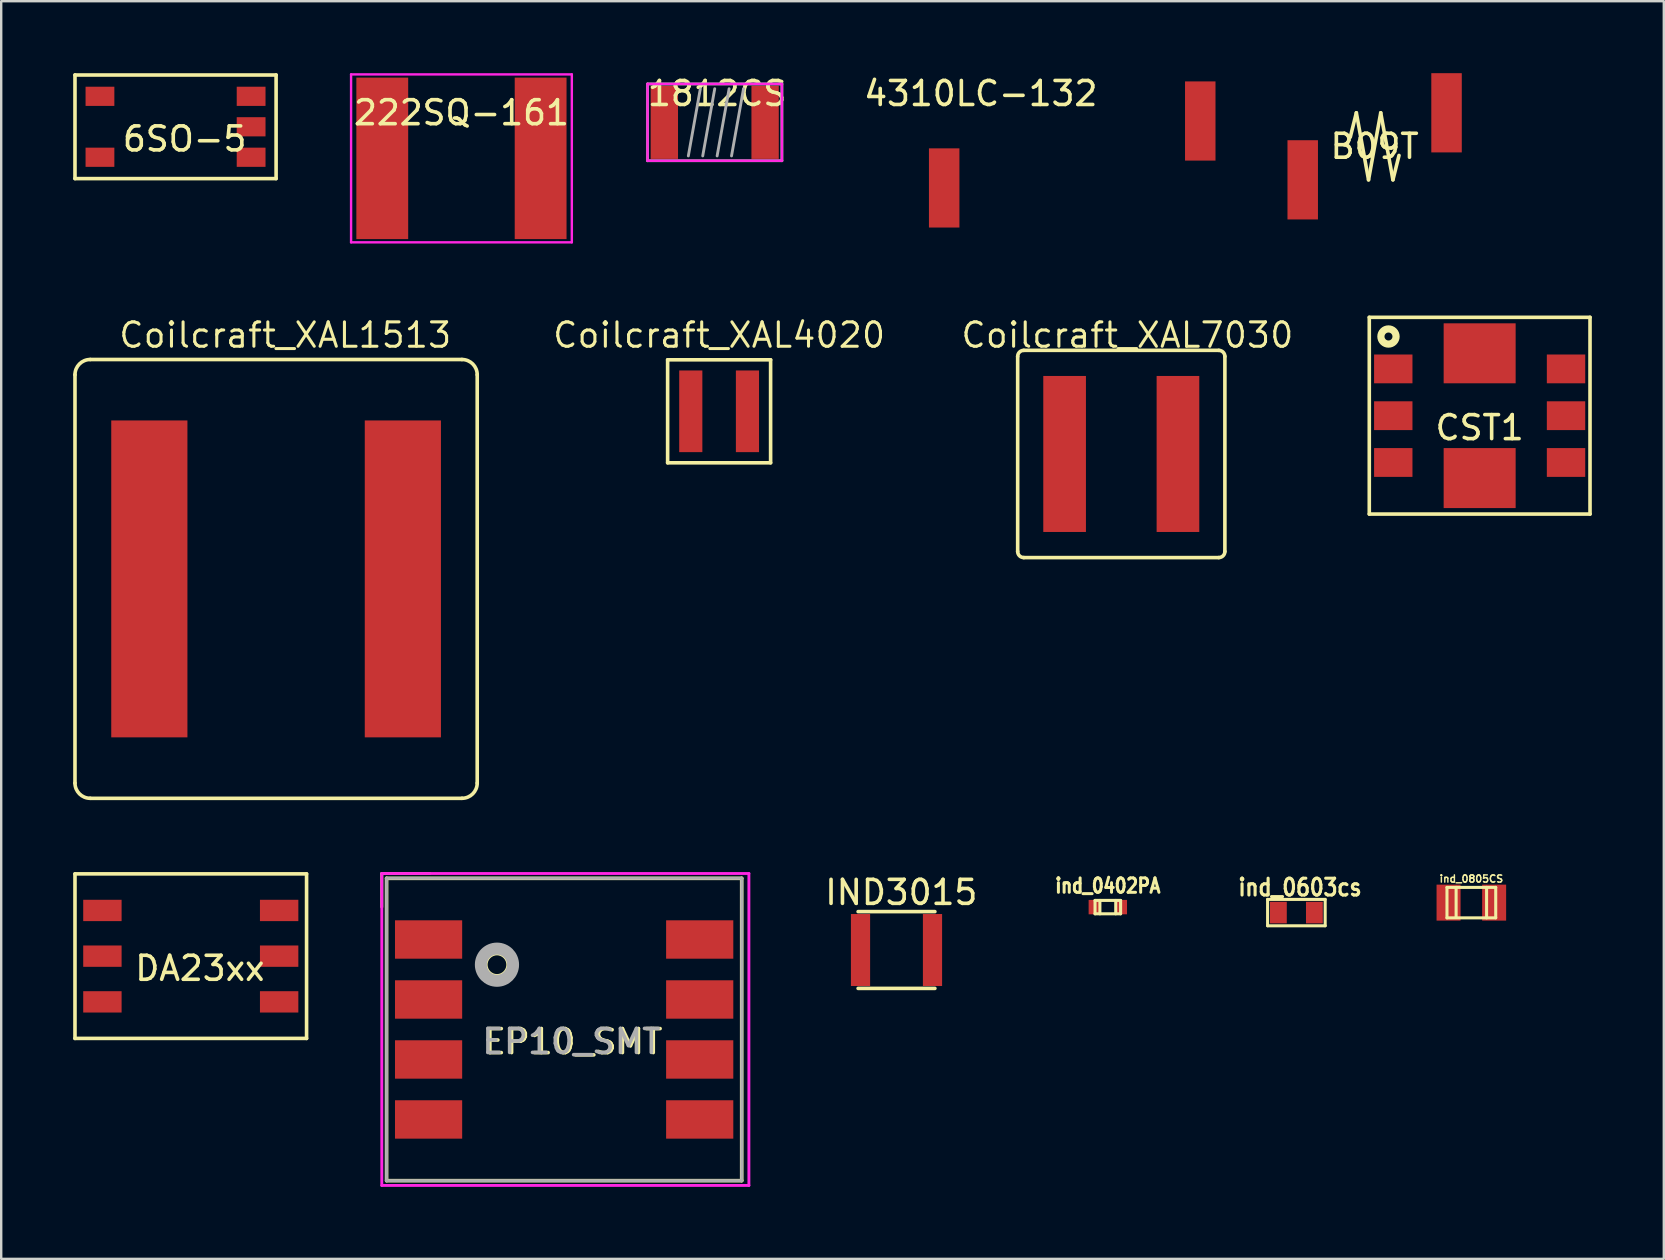
<source format=kicad_pcb>
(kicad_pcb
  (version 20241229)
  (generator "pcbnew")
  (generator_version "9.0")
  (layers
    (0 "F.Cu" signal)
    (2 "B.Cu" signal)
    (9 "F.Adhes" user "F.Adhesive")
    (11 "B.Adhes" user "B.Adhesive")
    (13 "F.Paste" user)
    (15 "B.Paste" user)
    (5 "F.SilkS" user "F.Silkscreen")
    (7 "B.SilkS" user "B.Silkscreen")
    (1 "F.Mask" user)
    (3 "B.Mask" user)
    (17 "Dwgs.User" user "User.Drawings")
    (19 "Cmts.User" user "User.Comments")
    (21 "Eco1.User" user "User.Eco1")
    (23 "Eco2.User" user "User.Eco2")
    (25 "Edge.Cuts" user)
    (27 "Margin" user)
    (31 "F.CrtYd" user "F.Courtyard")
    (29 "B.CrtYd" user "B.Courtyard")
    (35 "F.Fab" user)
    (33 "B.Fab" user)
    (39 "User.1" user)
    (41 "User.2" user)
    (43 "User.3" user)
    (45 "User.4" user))
  (footprint "CST1"
    (layer "F.Cu")
    (at 58.618 14.275)
    (property "Reference" "CST1" (at 0 0.5 0) (layer "F.SilkS") (effects (font (size 1 1) (thickness 0.15))))
    (attr through_hole)
    (fp_line (start -4.6 -4.1) (end 4.6 -4.1) (stroke (width 0.15) (type solid)) (layer "F.SilkS"))
    (fp_line (start -4.6 4.1) (end -4.6 -4.1) (stroke (width 0.15) (type solid)) (layer "F.SilkS"))
    (fp_line (start 4.6 -4.1) (end 4.6 4.1) (stroke (width 0.15) (type solid)) (layer "F.SilkS"))
    (fp_line (start 4.6 4.1) (end -4.6 4.1) (stroke (width 0.15) (type solid)) (layer "F.SilkS"))
    (fp_circle (center -3.8 -3.3) (end -3.7 -3.6) (stroke (width 0.3) (type solid)) (fill no) (layer "F.SilkS"))
    (pad "1" smd rect (at -3.6 -1.95) (size 1.6 1.2) (layers "F.Cu" "F.Mask" "F.Paste"))
    (pad "2" smd rect (at -3.6 0) (size 1.6 1.2) (layers "F.Cu" "F.Mask" "F.Paste"))
    (pad "3" smd rect (at -3.6 1.95) (size 1.6 1.2) (layers "F.Cu" "F.Mask" "F.Paste"))
    (pad "4" smd rect (at 3.6 1.95) (size 1.6 1.2) (layers "F.Cu" "F.Mask" "F.Paste"))
    (pad "5" smd rect (at 3.6 0) (size 1.6 1.2) (layers "F.Cu" "F.Mask" "F.Paste"))
    (pad "6" smd rect (at 3.6 -1.95) (size 1.6 1.2) (layers "F.Cu" "F.Mask" "F.Paste"))
    (pad "7" smd rect (at 0 -2.6) (size 3 2.5) (layers "F.Cu" "F.Mask" "F.Paste"))
    (pad "8" smd rect (at 0 2.6) (size 3 2.5) (layers "F.Cu" "F.Mask" "F.Paste")))
  (footprint "IND3015"
    (layer "F.Cu")
    (at 34.314 36.544)
    (property "Reference" "IND3015" (at 0.2 -2.4 0) (layer "F.SilkS") (effects (font (size 1 1) (thickness 0.15))))
    (attr through_hole)
    (fp_line (start -1.6 -1.6) (end 1.6 -1.6) (stroke (width 0.15) (type solid)) (layer "F.SilkS"))
    (fp_line (start 1.6 1.6) (end -1.6 1.6) (stroke (width 0.15) (type solid)) (layer "F.SilkS"))
    (pad "1" smd rect (at -1.5 0) (size 0.8 3) (layers "F.Cu" "F.Mask" "F.Paste"))
    (pad "2" smd rect (at 1.5 0) (size 0.8 3) (layers "F.Cu" "F.Mask" "F.Paste")))
  (footprint "ind_0805CS"
    (layer "F.Cu")
    (at 58.272 34.569)
    (property "Reference" "ind_0805CS" (at 0 -0.991 0) (layer "F.SilkS") (effects (font (size 0.3 0.3) (thickness 0.061))))
    (attr through_hole)
    (fp_line (start -1.016 -0.635) (end 1.016 -0.635) (stroke (width 0.127) (type solid)) (layer "F.SilkS"))
    (fp_line (start -1.016 0.635) (end -1.016 -0.635) (stroke (width 0.127) (type solid)) (layer "F.SilkS"))
    (fp_line (start -0.635 -0.635) (end -0.635 0.61) (stroke (width 0.127) (type solid)) (layer "F.SilkS"))
    (fp_line (start 0.635 -0.635) (end 0.635 0.635) (stroke (width 0.127) (type solid)) (layer "F.SilkS"))
    (fp_line (start 1.016 -0.635) (end 1.016 0.635) (stroke (width 0.127) (type solid)) (layer "F.SilkS"))
    (fp_line (start 1.016 0.635) (end -1.016 0.635) (stroke (width 0.127) (type solid)) (layer "F.SilkS"))
    (pad "1" smd rect (at 0.95 0) (size 1 1.5) (layers "F.Cu" "F.Mask" "F.Paste"))
    (pad "2" smd rect (at -0.95 0) (size 1 1.5) (layers "F.Cu" "F.Mask" "F.Paste")))
  (footprint "4310LC-132"
    (layer "F.Cu")
    (at 41.636 3.388)
    (property "Reference" "4310LC-132" (at -3.81 -2.54 0) (layer "F.SilkS") (effects (font (size 1 1) (thickness 0.15))))
    (attr through_hole)
    (pad "1" smd rect (at -5.335 1.395) (size 1.27 3.3) (layers "F.Cu" "F.Mask" "F.Paste"))
    (pad "2" smd rect (at 5.338 -1.395) (size 1.27 3.3) (layers "F.Cu" "F.Mask" "F.Paste")))
  (footprint "B09T"
    (layer "F.Cu")
    (at 54.241 3.048)
    (property "Reference" "B09T" (at 0 0 0) (layer "F.SilkS") (effects (font (size 1 1) (thickness 0.15))))
    (attr through_hole)
    (fp_line (start -0.762 -1.397) (end -1.016 -0.381) (stroke (width 0.15) (type solid)) (layer "F.SilkS"))
    (fp_line (start -0.254 1.397) (end -0.762 -1.397) (stroke (width 0.15) (type solid)) (layer "F.SilkS"))
    (fp_line (start 0.254 -1.397) (end -0.254 1.397) (stroke (width 0.15) (type solid)) (layer "F.SilkS"))
    (fp_line (start 0.762 1.397) (end 0.254 -1.397) (stroke (width 0.15) (type solid)) (layer "F.SilkS"))
    (fp_line (start 1.016 0.381) (end 0.762 1.397) (stroke (width 0.15) (type solid)) (layer "F.SilkS"))
    (pad "1" smd rect (at -2.997 1.397) (size 1.27 3.302) (layers "F.Cu" "F.Mask" "F.Paste"))
    (pad "2" smd rect (at 2.997 -1.397) (size 1.27 3.302) (layers "F.Cu" "F.Mask" "F.Paste")))
  (footprint "222SQ-161"
    (layer "F.Cu")
    (at 16.182 3.55)
    (property "Reference" "222SQ-161" (at 0 -1.9 0) (layer "F.SilkS") (effects (font (size 1 1) (thickness 0.15))))
    (attr through_hole)
    (fp_line (start -4.6 -3.5) (end 4.6 -3.5) (stroke (width 0.1) (type solid)) (layer "F.CrtYd"))
    (fp_line (start -4.6 3.5) (end -4.6 -3.5) (stroke (width 0.1) (type solid)) (layer "F.CrtYd"))
    (fp_line (start 4.6 -3.5) (end 4.6 3.5) (stroke (width 0.1) (type solid)) (layer "F.CrtYd"))
    (fp_line (start 4.6 3.5) (end -4.6 3.5) (stroke (width 0.1) (type solid)) (layer "F.CrtYd"))
    (pad "1" smd rect (at -3.3 0) (size 2.16 6.73) (layers "F.Cu" "F.Mask" "F.Paste"))
    (pad "2" smd rect (at 3.3 0) (size 2.16 6.73) (layers "F.Cu" "F.Mask" "F.Paste")))
  (footprint "EP10_SMT"
    (layer "F.Cu")
    (at 20.462 39.856)
    (property "Reference" "EP10_SMT" (at 0.381 0.508 0) (layer "F.SilkS") (effects (font (size 1 1) (thickness 0.15))))
    (attr through_hole)
    (fp_line (start -7.6 -6.5) (end -7.6 -5.1) (stroke (width 0.12) (type solid)) (layer "F.SilkS"))
    (fp_line (start -7.4 -6.3) (end 7.4 -6.3) (stroke (width 0.15) (type solid)) (layer "F.SilkS"))
    (fp_line (start -7.4 6.3) (end -7.4 -6.3) (stroke (width 0.15) (type solid)) (layer "F.SilkS"))
    (fp_line (start -5.6 -6.5) (end -7.6 -6.5) (stroke (width 0.12) (type solid)) (layer "F.SilkS"))
    (fp_line (start 7.4 -6.3) (end 7.4 6.3) (stroke (width 0.15) (type solid)) (layer "F.SilkS"))
    (fp_line (start 7.4 6.3) (end -7.4 6.3) (stroke (width 0.15) (type solid)) (layer "F.SilkS"))
    (fp_circle (center -2.8 -2.7) (end -2.16 -2.7) (stroke (width 0.5) (type solid)) (fill no) (layer "F.SilkS"))
    (fp_line (start -7.6 -6.5) (end 7.7 -6.5) (stroke (width 0.12) (type solid)) (layer "F.CrtYd"))
    (fp_line (start -7.6 6.5) (end -7.6 -6.5) (stroke (width 0.12) (type solid)) (layer "F.CrtYd"))
    (fp_line (start 7.7 -6.5) (end 7.7 6.5) (stroke (width 0.12) (type solid)) (layer "F.CrtYd"))
    (fp_line (start 7.7 6.5) (end -7.6 6.5) (stroke (width 0.12) (type solid)) (layer "F.CrtYd"))
    (fp_line (start -7.4 -6.3) (end 7.4 -6.3) (stroke (width 0.12) (type solid)) (layer "F.Fab"))
    (fp_line (start -7.4 6.3) (end -7.4 -6.3) (stroke (width 0.12) (type solid)) (layer "F.Fab"))
    (fp_line (start 7.4 -6.3) (end 7.4 6.3) (stroke (width 0.12) (type solid)) (layer "F.Fab"))
    (fp_line (start 7.4 6.3) (end -7.4 6.3) (stroke (width 0.12) (type solid)) (layer "F.Fab"))
    (fp_circle (center -2.8 -2.7) (end -2.129 -2.7) (stroke (width 0.5) (type solid)) (fill no) (layer "F.Fab"))
    (fp_text user "${REFERENCE}" (at 0.3 0.5 0) (unlocked yes) (layer "F.Fab") (effects (font (size 1 1) (thickness 0.15))))
    (pad "1" smd rect (at -5.65 -3.75) (size 2.8 1.6) (layers "F.Cu" "F.Mask" "F.Paste"))
    (pad "2" smd rect (at -5.65 -1.25) (size 2.8 1.6) (layers "F.Cu" "F.Mask" "F.Paste"))
    (pad "3" smd rect (at -5.65 1.25) (size 2.8 1.6) (layers "F.Cu" "F.Mask" "F.Paste"))
    (pad "4" smd rect (at -5.65 3.75) (size 2.8 1.6) (layers "F.Cu" "F.Mask" "F.Paste"))
    (pad "5" smd rect (at 5.65 3.75) (size 2.8 1.6) (layers "F.Cu" "F.Mask" "F.Paste"))
    (pad "6" smd rect (at 5.65 1.25) (size 2.8 1.6) (layers "F.Cu" "F.Mask" "F.Paste"))
    (pad "7" smd rect (at 5.65 -1.25) (size 2.8 1.6) (layers "F.Cu" "F.Mask" "F.Paste"))
    (pad "8" smd rect (at 5.65 -3.75) (size 2.8 1.6) (layers "F.Cu" "F.Mask" "F.Paste")))
  (footprint "1812CS"
    (layer "F.Cu")
    (at 26.738 2.048)
    (property "Reference" "1812CS" (at 0.1 -1.2 0) (layer "F.SilkS") (effects (font (size 1 1) (thickness 0.15))))
    (attr through_hole)
    (fp_line (start -2.8 -1.6) (end 2.8 -1.6) (stroke (width 0.1) (type solid)) (layer "F.CrtYd"))
    (fp_line (start -2.8 1.6) (end -2.8 -1.6) (stroke (width 0.1) (type solid)) (layer "F.CrtYd"))
    (fp_line (start 2.8 -1.6) (end 2.8 1.6) (stroke (width 0.1) (type solid)) (layer "F.CrtYd"))
    (fp_line (start 2.8 1.6) (end -2.8 1.6) (stroke (width 0.1) (type solid)) (layer "F.CrtYd"))
    (fp_line (start -2.8 -1.6) (end 2.8 -1.6) (stroke (width 0.12) (type solid)) (layer "F.Fab"))
    (fp_line (start -2.8 1.6) (end -2.8 -1.6) (stroke (width 0.12) (type solid)) (layer "F.Fab"))
    (fp_line (start -1.1 1.4) (end -0.6 -1.4) (stroke (width 0.12) (type solid)) (layer "F.Fab"))
    (fp_line (start -0.5 1.4) (end 0 -1.4) (stroke (width 0.12) (type solid)) (layer "F.Fab"))
    (fp_line (start 0.1 1.4) (end 0.6 -1.4) (stroke (width 0.12) (type solid)) (layer "F.Fab"))
    (fp_line (start 0.7 1.4) (end 1.2 -1.4) (stroke (width 0.12) (type solid)) (layer "F.Fab"))
    (fp_line (start 2.8 -1.6) (end 2.8 1.6) (stroke (width 0.12) (type solid)) (layer "F.Fab"))
    (fp_line (start 2.8 1.6) (end -2.8 1.6) (stroke (width 0.12) (type solid)) (layer "F.Fab"))
    (pad "1" smd rect (at -2.1 0) (size 1.14 3.05) (layers "F.Cu" "F.Mask" "F.Paste"))
    (pad "2" smd rect (at 2.1 0) (size 1.14 3.05) (layers "F.Cu" "F.Mask" "F.Paste")))
  (footprint "Coilcraft_XAL7030"
    (layer "F.Cu")
    (at 43.682 15.87)
    (property "Reference" "Coilcraft_XAL7030" (at 0.254 -4.953 0) (layer "F.SilkS") (effects (font (size 1.016 1.016) (thickness 0.127))))
    (attr through_hole)
    (fp_line (start -4.318 4.064) (end -4.318 -4.064) (stroke (width 0.15) (type solid)) (layer "F.SilkS"))
    (fp_line (start -4.064 -4.318) (end 4.064 -4.318) (stroke (width 0.15) (type solid)) (layer "F.SilkS"))
    (fp_line (start 4.064 4.318) (end -4.064 4.318) (stroke (width 0.15) (type solid)) (layer "F.SilkS"))
    (fp_line (start 4.318 -4.064) (end 4.318 4.064) (stroke (width 0.15) (type solid)) (layer "F.SilkS"))
    (fp_arc (start -4.318 -4.064) (mid -4.243605 -4.243605) (end -4.064 -4.318) (stroke (width 0.15) (type solid)) (layer "F.SilkS"))
    (fp_arc (start -4.064 4.318) (mid -4.243605 4.243605) (end -4.318 4.064) (stroke (width 0.15) (type solid)) (layer "F.SilkS"))
    (fp_arc (start 4.064 -4.318) (mid 4.243605 -4.243605) (end 4.318 -4.064) (stroke (width 0.15) (type solid)) (layer "F.SilkS"))
    (fp_arc (start 4.318 4.064) (mid 4.243605 4.243605) (end 4.064 4.318) (stroke (width 0.15) (type solid)) (layer "F.SilkS"))
    (pad "1" smd rect (at -2.362 0) (size 1.778 6.502) (layers "F.Cu" "F.Mask" "F.Paste"))
    (pad "2" smd rect (at 2.362 0) (size 1.778 6.502) (layers "F.Cu" "F.Mask" "F.Paste")))
  (footprint "6SO-5"
    (layer "F.Cu")
    (at 4.266 2.234)
    (property "Reference" "6SO-5" (at 0.381 0.508 0) (layer "F.SilkS") (effects (font (size 1 1) (thickness 0.15))))
    (attr through_hole)
    (fp_line (start -4.191 -2.159) (end 4.191 -2.159) (stroke (width 0.15) (type solid)) (layer "F.SilkS"))
    (fp_line (start -4.191 2.159) (end -4.191 -2.159) (stroke (width 0.15) (type solid)) (layer "F.SilkS"))
    (fp_line (start 4.191 -2.159) (end 4.191 2.159) (stroke (width 0.15) (type solid)) (layer "F.SilkS"))
    (fp_line (start 4.191 2.159) (end -4.191 2.159) (stroke (width 0.15) (type solid)) (layer "F.SilkS"))
    (pad "1" smd rect (at -3.15 -1.27) (size 1.2 0.8) (layers "F.Cu" "F.Mask" "F.Paste"))
    (pad "3" smd rect (at -3.15 1.27) (size 1.2 0.8) (layers "F.Cu" "F.Mask" "F.Paste"))
    (pad "4" smd rect (at 3.15 1.27) (size 1.2 0.8) (layers "F.Cu" "F.Mask" "F.Paste"))
    (pad "5" smd rect (at 3.15 0) (size 1.2 0.8) (layers "F.Cu" "F.Mask" "F.Paste"))
    (pad "6" smd rect (at 3.15 -1.27) (size 1.2 0.8) (layers "F.Cu" "F.Mask" "F.Paste")))
  (footprint "Coilcraft_XAL4020"
    (layer "F.Cu")
    (at 26.921 14.092)
    (property "Reference" "Coilcraft_XAL4020" (at 0 -3.175 0) (layer "F.SilkS") (effects (font (size 1.016 1.016) (thickness 0.127))))
    (attr through_hole)
    (fp_line (start -2.146 -2.146) (end -2.146 2.146) (stroke (width 0.15) (type solid)) (layer "F.SilkS"))
    (fp_line (start -2.146 -2.146) (end 2.146 -2.146) (stroke (width 0.15) (type solid)) (layer "F.SilkS"))
    (fp_line (start -2.146 2.146) (end 2.146 2.146) (stroke (width 0.15) (type solid)) (layer "F.SilkS"))
    (fp_line (start 2.146 -2.146) (end 2.146 2.146) (stroke (width 0.15) (type solid)) (layer "F.SilkS"))
    (pad "1" smd rect (at -1.181 0) (size 0.965 3.404) (layers "F.Cu" "F.Mask" "F.Paste"))
    (pad "2" smd rect (at 1.181 0) (size 0.965 3.404) (layers "F.Cu" "F.Mask" "F.Paste")))
  (footprint "ind_0603cs"
    (layer "F.Cu")
    (at 50.98 34.984)
    (property "Reference" "ind_0603cs" (at 0.15 -1.05 0) (layer "F.SilkS") (effects (font (size 0.7 0.6) (thickness 0.13))))
    (attr through_hole)
    (fp_line (start -1.2 -0.55) (end 1.2 -0.55) (stroke (width 0.127) (type solid)) (layer "F.SilkS"))
    (fp_line (start -1.2 0.55) (end -1.2 -0.55) (stroke (width 0.127) (type solid)) (layer "F.SilkS"))
    (fp_line (start 1.2 -0.55) (end 1.2 0.55) (stroke (width 0.127) (type solid)) (layer "F.SilkS"))
    (fp_line (start 1.2 0.55) (end -1.2 0.55) (stroke (width 0.127) (type solid)) (layer "F.SilkS"))
    (pad "1" smd rect (at 0.75 0) (size 0.7 0.9) (layers "F.Cu" "F.Mask" "F.Paste"))
    (pad "2" smd rect (at -0.75 0) (size 0.7 0.9) (layers "F.Cu" "F.Mask" "F.Paste")))
  (footprint "DA23xx"
    (layer "F.Cu")
    (at 4.901 36.8)
    (property "Reference" "DA23xx" (at 0.381 0.508 0) (layer "F.SilkS") (effects (font (size 1 1) (thickness 0.15))))
    (attr through_hole)
    (fp_line (start -4.826 -3.429) (end 4.826 -3.429) (stroke (width 0.15) (type solid)) (layer "F.SilkS"))
    (fp_line (start -4.826 3.429) (end -4.826 -3.429) (stroke (width 0.15) (type solid)) (layer "F.SilkS"))
    (fp_line (start 4.826 -3.429) (end 4.826 3.429) (stroke (width 0.15) (type solid)) (layer "F.SilkS"))
    (fp_line (start 4.826 3.429) (end -4.826 3.429) (stroke (width 0.15) (type solid)) (layer "F.SilkS"))
    (pad "1" smd rect (at -3.683 -1.905) (size 1.6 0.889) (layers "F.Cu" "F.Mask" "F.Paste"))
    (pad "2" smd rect (at -3.683 0) (size 1.6 0.889) (layers "F.Cu" "F.Mask" "F.Paste"))
    (pad "3" smd rect (at -3.683 1.905) (size 1.6 0.889) (layers "F.Cu" "F.Mask" "F.Paste"))
    (pad "4" smd rect (at 3.683 1.905) (size 1.6 0.889) (layers "F.Cu" "F.Mask" "F.Paste"))
    (pad "5" smd rect (at 3.683 0) (size 1.6 0.889) (layers "F.Cu" "F.Mask" "F.Paste"))
    (pad "6" smd rect (at 3.683 -1.905) (size 1.6 0.889) (layers "F.Cu" "F.Mask" "F.Paste")))
  (footprint "Coilcraft_XAL1513"
    (layer "F.Cu")
    (at 8.457 21.077)
    (property "Reference" "Coilcraft_XAL1513" (at 0.381 -10.16 0) (layer "F.SilkS") (effects (font (size 1.016 1.016) (thickness 0.127))))
    (attr through_hole)
    (fp_line (start -8.382 8.509) (end -8.382 -8.509) (stroke (width 0.15) (type solid)) (layer "F.SilkS"))
    (fp_line (start -7.747 -9.144) (end 7.747 -9.144) (stroke (width 0.15) (type solid)) (layer "F.SilkS"))
    (fp_line (start 7.747 9.144) (end -7.747 9.144) (stroke (width 0.15) (type solid)) (layer "F.SilkS"))
    (fp_line (start 8.382 -8.509) (end 8.382 8.509) (stroke (width 0.15) (type solid)) (layer "F.SilkS"))
    (fp_arc (start -8.382 -8.509) (mid -8.196013 -8.958013) (end -7.747 -9.144) (stroke (width 0.15) (type solid)) (layer "F.SilkS"))
    (fp_arc (start -7.747 9.144) (mid -8.196013 8.958013) (end -8.382 8.509) (stroke (width 0.15) (type solid)) (layer "F.SilkS"))
    (fp_arc (start 7.747 -9.144) (mid 8.196013 -8.958013) (end 8.382 -8.509) (stroke (width 0.15) (type solid)) (layer "F.SilkS"))
    (fp_arc (start 8.382 8.509) (mid 8.196013 8.958013) (end 7.747 9.144) (stroke (width 0.15) (type solid)) (layer "F.SilkS"))
    (pad "1" smd rect (at -5.283 0) (size 3.175 13.208) (layers "F.Cu" "F.Mask" "F.Paste"))
    (pad "2" smd rect (at 5.283 0) (size 3.175 13.208) (layers "F.Cu" "F.Mask" "F.Paste")))
  (footprint "ind_0402PA"
    (layer "F.Cu")
    (at 43.121 34.756)
    (property "Reference" "ind_0402PA" (at 0 -0.889 0) (layer "F.SilkS") (effects (font (size 0.6 0.5) (thickness 0.125))))
    (attr through_hole)
    (fp_line (start -0.533 -0.279) (end -0.533 0.279) (stroke (width 0.127) (type solid)) (layer "F.SilkS"))
    (fp_line (start -0.533 0.279) (end 0.533 0.279) (stroke (width 0.127) (type solid)) (layer "F.SilkS"))
    (fp_line (start -0.33 -0.279) (end -0.33 0.279) (stroke (width 0.127) (type solid)) (layer "F.SilkS"))
    (fp_line (start 0.33 -0.279) (end 0.33 0.279) (stroke (width 0.127) (type solid)) (layer "F.SilkS"))
    (fp_line (start 0.533 -0.279) (end -0.533 -0.279) (stroke (width 0.127) (type solid)) (layer "F.SilkS"))
    (fp_line (start 0.533 0.279) (end 0.533 -0.279) (stroke (width 0.127) (type solid)) (layer "F.SilkS"))
    (pad "1" smd rect (at 0.55 0) (size 0.5 0.6) (layers "F.Cu" "F.Mask" "F.Paste"))
    (pad "2" smd rect (at -0.55 0) (size 0.5 0.6) (layers "F.Cu" "F.Mask" "F.Paste")))
  (gr_rect
    (start -3 -3)
    (end 66.293 49.416)
    (stroke (width 0.1) (type default))
    (fill no)
    (layer "Edge.Cuts")))
</source>
